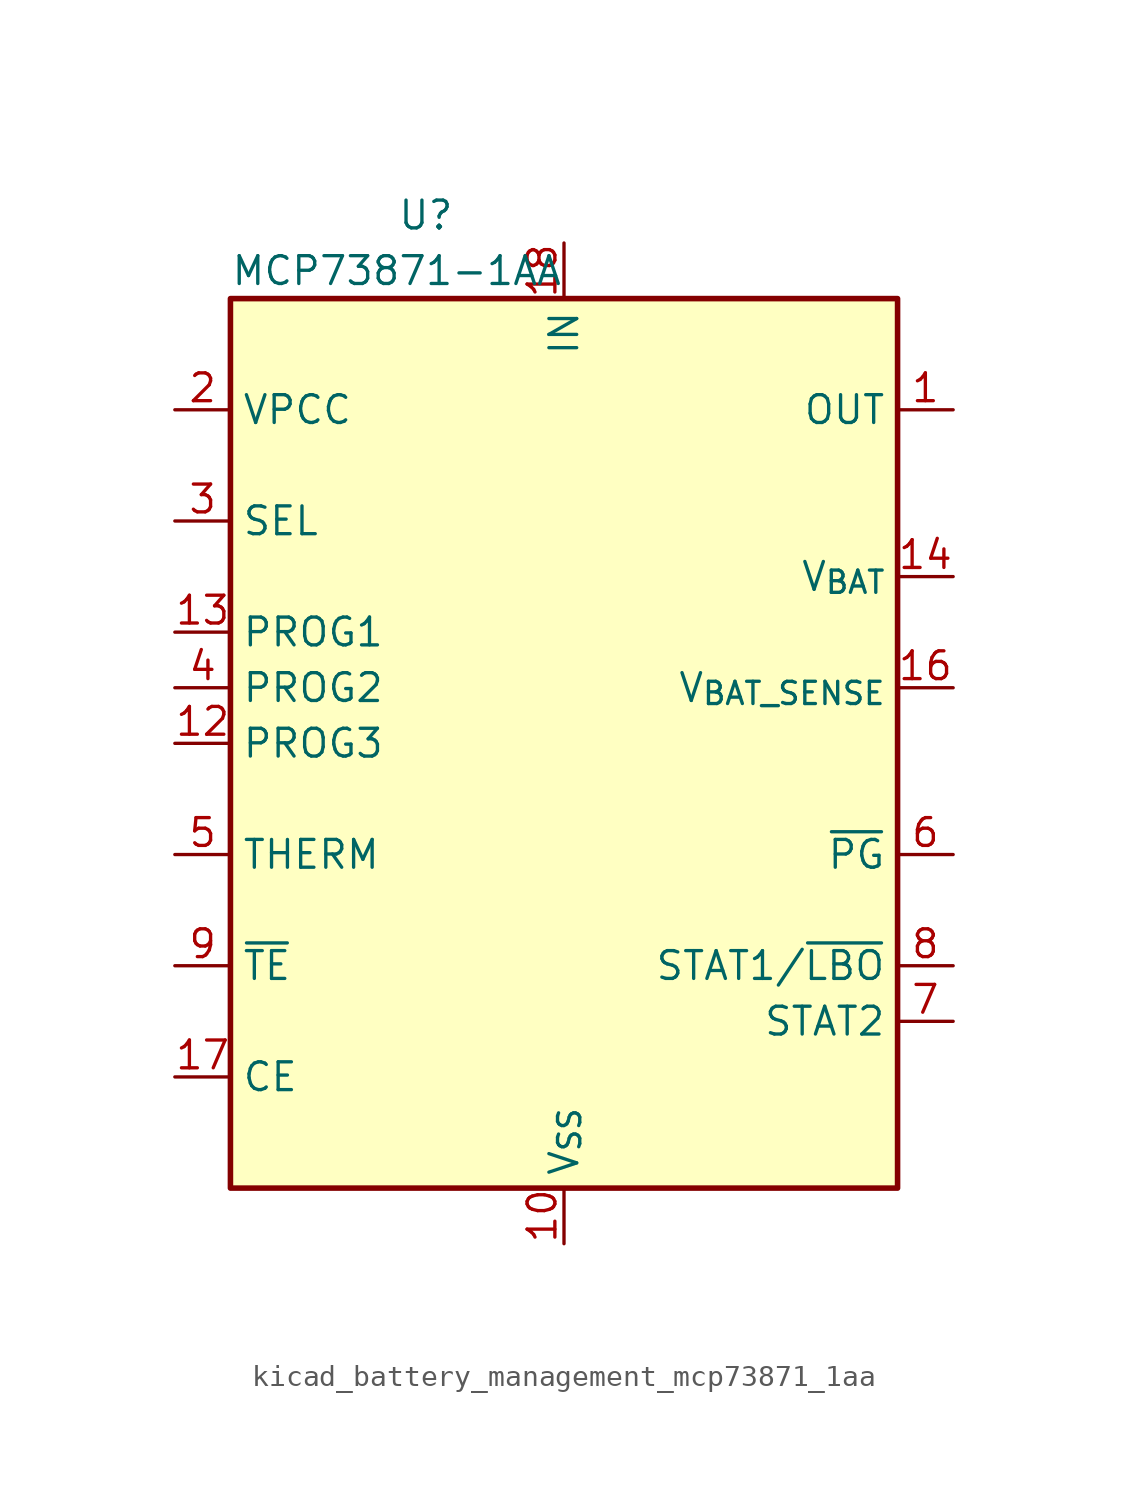
<source format=kicad_sym>
(kicad_symbol_lib
  (version 20220914)
  (generator kicad_symbol_editor)
  (symbol "kicad_battery_management_mcp73871_1aa"
    (property "Reference" "U"
      (at -7.62 24.13 0)
      (effects (font (size 1.27 1.27)) (justify left)))
    (property "Value" "MCP73871-1AA"
      (at -15.24 21.59 0)
      (effects (font (size 1.27 1.27)) (justify left)))
    (symbol "kicad_battery_management_mcp73871_1aa_0_1"
      (rectangle (start -15.24 20.32) (end 15.24 -20.32) (stroke (width 0.254) (type default)) (fill (type background))))
    (symbol "kicad_battery_management_mcp73871_1aa_1_1"
      (pin power_out line (at 17.78 15.24 180) (length 2.54) (name "OUT" (effects (font (size 1.27 1.27)))) (number "1" (effects (font (size 1.27 1.27)))))
      (pin power_in line (at 0 -22.86 90) (length 2.54) (name "V_{SS}" (effects (font (size 1.27 1.27)))) (number "10" (effects (font (size 1.27 1.27)))))
      (pin passive line (at 0 -22.86 90) (length 2.54) hide (name "V_{SS}" (effects (font (size 1.27 1.27)))) (number "11" (effects (font (size 1.27 1.27)))))
      (pin bidirectional line (at -17.78 0 0) (length 2.54) (name "PROG3" (effects (font (size 1.27 1.27)))) (number "12" (effects (font (size 1.27 1.27)))))
      (pin bidirectional line (at -17.78 5.08 0) (length 2.54) (name "PROG1" (effects (font (size 1.27 1.27)))) (number "13" (effects (font (size 1.27 1.27)))))
      (pin power_out line (at 17.78 7.62 180) (length 2.54) (name "V_{BAT}" (effects (font (size 1.27 1.27)))) (number "14" (effects (font (size 1.27 1.27)))))
      (pin passive line (at 17.78 7.62 180) (length 2.54) hide (name "V_{BAT}" (effects (font (size 1.27 1.27)))) (number "15" (effects (font (size 1.27 1.27)))))
      (pin input line (at 17.78 2.54 180) (length 2.54) (name "V_{BAT_SENSE}" (effects (font (size 1.27 1.27)))) (number "16" (effects (font (size 1.27 1.27)))))
      (pin input line (at -17.78 -15.24 0) (length 2.54) (name "CE" (effects (font (size 1.27 1.27)))) (number "17" (effects (font (size 1.27 1.27)))))
      (pin power_in line (at 0 22.86 270) (length 2.54) (name "IN" (effects (font (size 1.27 1.27)))) (number "18" (effects (font (size 1.27 1.27)))))
      (pin passive line (at 0 22.86 270) (length 2.54) hide (name "IN" (effects (font (size 1.27 1.27)))) (number "19" (effects (font (size 1.27 1.27)))))
      (pin input line (at -17.78 15.24 0) (length 2.54) (name "VPCC" (effects (font (size 1.27 1.27)))) (number "2" (effects (font (size 1.27 1.27)))))
      (pin passive line (at 17.78 15.24 180) (length 2.54) hide (name "OUT" (effects (font (size 1.27 1.27)))) (number "20" (effects (font (size 1.27 1.27)))))
      (pin passive line (at 0 -22.86 90) (length 2.54) hide (name "V_{SS}" (effects (font (size 1.27 1.27)))) (number "21" (effects (font (size 1.27 1.27)))))
      (pin input line (at -17.78 10.16 0) (length 2.54) (name "SEL" (effects (font (size 1.27 1.27)))) (number "3" (effects (font (size 1.27 1.27)))))
      (pin input line (at -17.78 2.54 0) (length 2.54) (name "PROG2" (effects (font (size 1.27 1.27)))) (number "4" (effects (font (size 1.27 1.27)))))
      (pin bidirectional line (at -17.78 -5.08 0) (length 2.54) (name "THERM" (effects (font (size 1.27 1.27)))) (number "5" (effects (font (size 1.27 1.27)))))
      (pin open_collector line (at 17.78 -5.08 180) (length 2.54) (name "~{PG}" (effects (font (size 1.27 1.27)))) (number "6" (effects (font (size 1.27 1.27)))))
      (pin open_collector line (at 17.78 -12.7 180) (length 2.54) (name "STAT2" (effects (font (size 1.27 1.27)))) (number "7" (effects (font (size 1.27 1.27)))))
      (pin open_collector line (at 17.78 -10.16 180) (length 2.54) (name "STAT1/~{LBO}" (effects (font (size 1.27 1.27)))) (number "8" (effects (font (size 1.27 1.27)))))
      (pin input line (at -17.78 -10.16 0) (length 2.54) (name "~{TE}" (effects (font (size 1.27 1.27)))) (number "9" (effects (font (size 1.27 1.27))))))))
</source>
